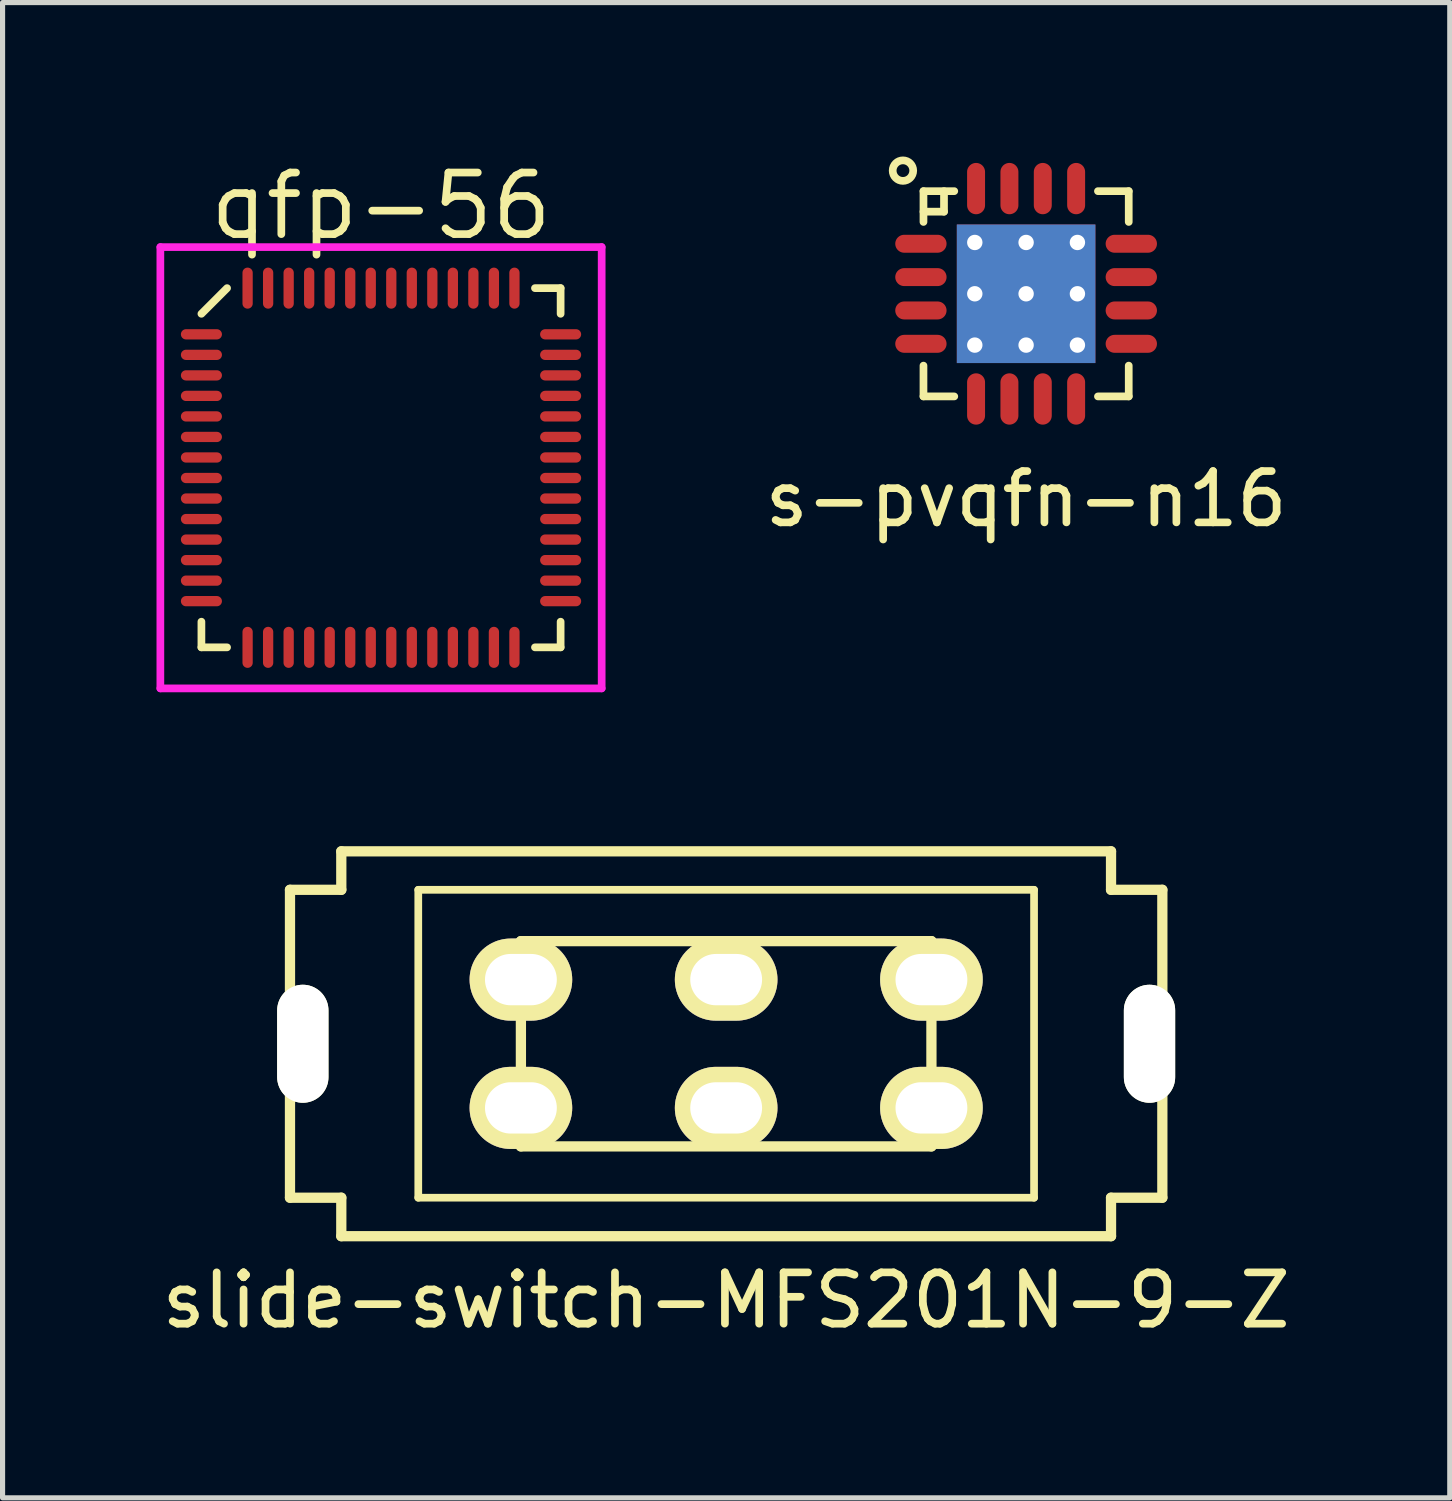
<source format=kicad_pcb>
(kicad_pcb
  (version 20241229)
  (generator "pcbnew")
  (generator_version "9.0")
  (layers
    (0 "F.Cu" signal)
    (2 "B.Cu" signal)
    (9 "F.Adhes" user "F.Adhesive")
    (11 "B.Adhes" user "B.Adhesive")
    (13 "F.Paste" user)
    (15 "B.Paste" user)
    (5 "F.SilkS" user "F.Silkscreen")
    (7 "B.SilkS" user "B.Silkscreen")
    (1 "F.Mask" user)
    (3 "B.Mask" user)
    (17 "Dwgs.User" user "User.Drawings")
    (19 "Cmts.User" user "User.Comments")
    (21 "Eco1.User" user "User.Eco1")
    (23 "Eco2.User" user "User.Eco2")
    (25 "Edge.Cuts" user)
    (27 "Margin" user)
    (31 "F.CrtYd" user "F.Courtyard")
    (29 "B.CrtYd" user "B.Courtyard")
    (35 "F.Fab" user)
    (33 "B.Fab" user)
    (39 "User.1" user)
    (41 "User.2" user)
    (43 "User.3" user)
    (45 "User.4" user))
  (footprint "slide-switch-MFS201N-9-Z"
    (layer "F.Cu")
    (at 11.101 17.29)
    (property "Reference" "slide-switch-MFS201N-9-Z" (at 0 5 0) (layer "F.SilkS") (effects (font (size 1 1) (thickness 0.15))))
    (attr through_hole)
    (fp_line (start -8.5 -3) (end -7.5 -3) (stroke (width 0.2) (type solid)) (layer "F.SilkS"))
    (fp_line (start -8.5 3) (end -8.5 -3) (stroke (width 0.2) (type solid)) (layer "F.SilkS"))
    (fp_line (start -8.5 3) (end -7.5 3) (stroke (width 0.2) (type solid)) (layer "F.SilkS"))
    (fp_line (start -7.5 -3) (end -7.5 -3.75) (stroke (width 0.2) (type solid)) (layer "F.SilkS"))
    (fp_line (start -7.5 3) (end -7.5 3.75) (stroke (width 0.2) (type solid)) (layer "F.SilkS"))
    (fp_line (start -6 -3) (end -6 3) (stroke (width 0.15) (type solid)) (layer "F.SilkS"))
    (fp_line (start -6 3) (end 6 3) (stroke (width 0.15) (type solid)) (layer "F.SilkS"))
    (fp_line (start -4 -2) (end 4 -2) (stroke (width 0.2) (type solid)) (layer "F.SilkS"))
    (fp_line (start -4 2) (end -4 -2) (stroke (width 0.2) (type solid)) (layer "F.SilkS"))
    (fp_line (start 4 -2) (end 4 2) (stroke (width 0.2) (type solid)) (layer "F.SilkS"))
    (fp_line (start 4 2) (end -4 2) (stroke (width 0.2) (type solid)) (layer "F.SilkS"))
    (fp_line (start 6 -3) (end -6 -3) (stroke (width 0.15) (type solid)) (layer "F.SilkS"))
    (fp_line (start 6 3) (end 6 -3) (stroke (width 0.15) (type solid)) (layer "F.SilkS"))
    (fp_line (start 7.5 -3.75) (end -7.5 -3.75) (stroke (width 0.2) (type solid)) (layer "F.SilkS"))
    (fp_line (start 7.5 -3.75) (end 7.5 -3) (stroke (width 0.2) (type solid)) (layer "F.SilkS"))
    (fp_line (start 7.5 -3) (end 8.5 -3) (stroke (width 0.2) (type solid)) (layer "F.SilkS"))
    (fp_line (start 7.5 3) (end 7.5 3.75) (stroke (width 0.2) (type solid)) (layer "F.SilkS"))
    (fp_line (start 7.5 3.75) (end -7.5 3.75) (stroke (width 0.2) (type solid)) (layer "F.SilkS"))
    (fp_line (start 8.5 -3) (end 8.5 3) (stroke (width 0.2) (type solid)) (layer "F.SilkS"))
    (fp_line (start 8.5 3) (end 7.5 3) (stroke (width 0.2) (type solid)) (layer "F.SilkS"))
    (pad "" np_thru_hole oval (at -8.25 0) (size 1 2.3) (drill oval 1 2.3) (layers "*.Cu" "*.Mask" "F.SilkS"))
    (pad "" np_thru_hole oval (at 8.25 0) (size 1 2.3) (drill oval 1 2.3) (layers "*.Cu" "*.Mask" "F.SilkS"))
    (pad "1" thru_hole oval (at -4 -1.25) (size 2 1.6) (drill oval 1.4 1) (layers "*.Cu" "*.Mask" "F.SilkS"))
    (pad "1" thru_hole oval (at -4 1.25) (size 2 1.6) (drill oval 1.4 1) (layers "*.Cu" "*.Mask" "F.SilkS"))
    (pad "2" thru_hole oval (at 0 -1.25) (size 2 1.6) (drill oval 1.4 1) (layers "*.Cu" "*.Mask" "F.SilkS"))
    (pad "2" thru_hole oval (at 0 1.25) (size 2 1.6) (drill oval 1.4 1) (layers "*.Cu" "*.Mask" "F.SilkS"))
    (pad "3" thru_hole oval (at 4 -1.25) (size 2 1.6) (drill oval 1.4 1) (layers "*.Cu" "*.Mask" "F.SilkS"))
    (pad "3" thru_hole oval (at 4 1.25) (size 2 1.6) (drill oval 1.4 1) (layers "*.Cu" "*.Mask" "F.SilkS")))
  (footprint "s-pvqfn-n16"
    (layer "F.Cu")
    (at 16.946 2.675)
    (property "Reference" "s-pvqfn-n16" (at 0 4 0) (layer "F.SilkS") (effects (font (size 1 1) (thickness 0.15))))
    (attr through_hole)
    (fp_line (start -2 -2) (end -2 -1.4) (stroke (width 0.15) (type solid)) (layer "F.SilkS"))
    (fp_line (start -2 2) (end -2 1.4) (stroke (width 0.15) (type solid)) (layer "F.SilkS"))
    (fp_line (start -1.6 -2) (end -1.6 -1.6) (stroke (width 0.15) (type solid)) (layer "F.SilkS"))
    (fp_line (start -1.6 -1.6) (end -2 -1.6) (stroke (width 0.15) (type solid)) (layer "F.SilkS"))
    (fp_line (start -1.4 -2) (end -2 -2) (stroke (width 0.15) (type solid)) (layer "F.SilkS"))
    (fp_line (start -1.4 2) (end -2 2) (stroke (width 0.15) (type solid)) (layer "F.SilkS"))
    (fp_line (start 2 -2) (end 1.4 -2) (stroke (width 0.15) (type solid)) (layer "F.SilkS"))
    (fp_line (start 2 -2) (end 2 -1.4) (stroke (width 0.15) (type solid)) (layer "F.SilkS"))
    (fp_line (start 2 1.4) (end 2 2) (stroke (width 0.15) (type solid)) (layer "F.SilkS"))
    (fp_line (start 2 2) (end 1.4 2) (stroke (width 0.15) (type solid)) (layer "F.SilkS"))
    (fp_circle (center -2.4 -2.4) (end -2.4 -2.2) (stroke (width 0.15) (type solid)) (fill no) (layer "F.SilkS"))
    (pad "1" smd oval (at -2.05 -0.975 270) (size 0.35 1) (layers "F.Cu" "F.Mask" "F.Paste"))
    (pad "2" smd oval (at -2.05 -0.325 270) (size 0.35 1) (layers "F.Cu" "F.Mask" "F.Paste"))
    (pad "3" smd oval (at -2.05 0.325 270) (size 0.35 1) (layers "F.Cu" "F.Mask" "F.Paste"))
    (pad "4" smd oval (at -2.05 0.975 270) (size 0.35 1) (layers "F.Cu" "F.Mask" "F.Paste"))
    (pad "5" smd oval (at -0.975 2.05) (size 0.35 1) (layers "F.Cu" "F.Mask" "F.Paste"))
    (pad "6" smd oval (at -0.325 2.05) (size 0.35 1) (layers "F.Cu" "F.Mask" "F.Paste"))
    (pad "7" smd oval (at 0.325 2.05) (size 0.35 1) (layers "F.Cu" "F.Mask" "F.Paste"))
    (pad "8" smd oval (at 0.975 2.05) (size 0.35 1) (layers "F.Cu" "F.Mask" "F.Paste"))
    (pad "9" smd oval (at 2.05 0.975 270) (size 0.35 1) (layers "F.Cu" "F.Mask" "F.Paste"))
    (pad "10" smd oval (at 2.05 0.325 270) (size 0.35 1) (layers "F.Cu" "F.Mask" "F.Paste"))
    (pad "11" smd oval (at 2.05 -0.325 270) (size 0.35 1) (layers "F.Cu" "F.Mask" "F.Paste"))
    (pad "12" smd oval (at 2.05 -0.975 270) (size 0.35 1) (layers "F.Cu" "F.Mask" "F.Paste"))
    (pad "13" smd oval (at 0.975 -2.05) (size 0.35 1) (layers "F.Cu" "F.Mask" "F.Paste"))
    (pad "14" smd oval (at 0.325 -2.05) (size 0.35 1) (layers "F.Cu" "F.Mask" "F.Paste"))
    (pad "15" smd oval (at -0.325 -2.05) (size 0.35 1) (layers "F.Cu" "F.Mask" "F.Paste"))
    (pad "16" smd oval (at -0.975 -2.05) (size 0.35 1) (layers "F.Cu" "F.Mask" "F.Paste"))
    (pad "17" thru_hole rect (at -1 -1) (size 0.5 0.5) (drill 0.3) (layers "*.Cu"))
    (pad "17" thru_hole rect (at -1 0) (size 0.5 0.5) (drill 0.3) (layers "*.Cu"))
    (pad "17" thru_hole rect (at -1 1) (size 0.5 0.5) (drill 0.3) (layers "*.Cu"))
    (pad "17" thru_hole rect (at 0 -1) (size 0.5 0.5) (drill 0.3) (layers "*.Cu"))
    (pad "17" thru_hole rect (at 0 0) (size 0.5 0.5) (drill 0.3) (layers "*.Cu"))
    (pad "17" smd rect (at 0 0) (size 2.7 2.7) (layers "*.Cu" "F.Mask" "F.Paste"))
    (pad "17" thru_hole rect (at 0 1) (size 0.5 0.5) (drill 0.3) (layers "*.Cu"))
    (pad "17" thru_hole rect (at 1 -1) (size 0.5 0.5) (drill 0.3) (layers "*.Cu"))
    (pad "17" thru_hole rect (at 1 0) (size 0.5 0.5) (drill 0.3) (layers "*.Cu"))
    (pad "17" thru_hole rect (at 1 1) (size 0.5 0.5) (drill 0.3) (layers "*.Cu")))
  (footprint "qfp-56"
    (layer "F.Cu")
    (at 4.375 6.065)
    (property "Reference" "qfp-56" (at 0 -5.1 0) (layer "F.SilkS") (effects (font (size 1.2 1.2) (thickness 0.15))))
    (attr through_hole)
    (fp_line (start -3.5 -3) (end -3 -3.5) (stroke (width 0.15) (type solid)) (layer "F.SilkS"))
    (fp_line (start -3.5 3.5) (end -3.5 3) (stroke (width 0.15) (type solid)) (layer "F.SilkS"))
    (fp_line (start -3 3.5) (end -3.5 3.5) (stroke (width 0.15) (type solid)) (layer "F.SilkS"))
    (fp_line (start 3 -3.5) (end 3.5 -3.5) (stroke (width 0.15) (type solid)) (layer "F.SilkS"))
    (fp_line (start 3 3.5) (end 3.5 3.5) (stroke (width 0.15) (type solid)) (layer "F.SilkS"))
    (fp_line (start 3.5 -3.5) (end 3.5 -3) (stroke (width 0.15) (type solid)) (layer "F.SilkS"))
    (fp_line (start 3.5 3.5) (end 3.5 3) (stroke (width 0.15) (type solid)) (layer "F.SilkS"))
    (fp_line (start -4.3 -4.3) (end 4.3 -4.3) (stroke (width 0.15) (type solid)) (layer "F.CrtYd"))
    (fp_line (start -4.3 4.3) (end -4.3 -4.3) (stroke (width 0.15) (type solid)) (layer "F.CrtYd"))
    (fp_line (start 4.3 -4.3) (end 4.3 4.3) (stroke (width 0.15) (type solid)) (layer "F.CrtYd"))
    (fp_line (start 4.3 4.3) (end -4.3 4.3) (stroke (width 0.15) (type solid)) (layer "F.CrtYd"))
    (pad "1" smd oval (at -3.5 -2.6 90) (size 0.2 0.8) (layers "F.Cu" "F.Mask" "F.Paste"))
    (pad "2" smd oval (at -3.5 -2.2 90) (size 0.2 0.8) (layers "F.Cu" "F.Mask" "F.Paste"))
    (pad "3" smd oval (at -3.5 -1.8 90) (size 0.2 0.8) (layers "F.Cu" "F.Mask" "F.Paste"))
    (pad "4" smd oval (at -3.5 -1.4 90) (size 0.2 0.8) (layers "F.Cu" "F.Mask" "F.Paste"))
    (pad "5" smd oval (at -3.5 -1 90) (size 0.2 0.8) (layers "F.Cu" "F.Mask" "F.Paste"))
    (pad "6" smd oval (at -3.5 -0.6 90) (size 0.2 0.8) (layers "F.Cu" "F.Mask" "F.Paste"))
    (pad "7" smd oval (at -3.5 -0.2 90) (size 0.2 0.8) (layers "F.Cu" "F.Mask" "F.Paste"))
    (pad "8" smd oval (at -3.5 0.2 90) (size 0.2 0.8) (layers "F.Cu" "F.Mask" "F.Paste"))
    (pad "9" smd oval (at -3.5 0.6 90) (size 0.2 0.8) (layers "F.Cu" "F.Mask" "F.Paste"))
    (pad "10" smd oval (at -3.5 1 90) (size 0.2 0.8) (layers "F.Cu" "F.Mask" "F.Paste"))
    (pad "11" smd oval (at -3.5 1.4 90) (size 0.2 0.8) (layers "F.Cu" "F.Mask" "F.Paste"))
    (pad "12" smd oval (at -3.5 1.8 90) (size 0.2 0.8) (layers "F.Cu" "F.Mask" "F.Paste"))
    (pad "13" smd oval (at -3.5 2.2 90) (size 0.2 0.8) (layers "F.Cu" "F.Mask" "F.Paste"))
    (pad "14" smd oval (at -3.5 2.6 90) (size 0.2 0.8) (layers "F.Cu" "F.Mask" "F.Paste"))
    (pad "15" smd oval (at -2.6 3.5) (size 0.2 0.8) (layers "F.Cu" "F.Mask" "F.Paste"))
    (pad "16" smd oval (at -2.2 3.5) (size 0.2 0.8) (layers "F.Cu" "F.Mask" "F.Paste"))
    (pad "17" smd oval (at -1.8 3.5) (size 0.2 0.8) (layers "F.Cu" "F.Mask" "F.Paste"))
    (pad "18" smd oval (at -1.4 3.5) (size 0.2 0.8) (layers "F.Cu" "F.Mask" "F.Paste"))
    (pad "19" smd oval (at -1 3.5) (size 0.2 0.8) (layers "F.Cu" "F.Mask" "F.Paste"))
    (pad "20" smd oval (at -0.6 3.5) (size 0.2 0.8) (layers "F.Cu" "F.Mask" "F.Paste"))
    (pad "21" smd oval (at -0.2 3.5) (size 0.2 0.8) (layers "F.Cu" "F.Mask" "F.Paste"))
    (pad "22" smd oval (at 0.2 3.5) (size 0.2 0.8) (layers "F.Cu" "F.Mask" "F.Paste"))
    (pad "23" smd oval (at 0.6 3.5) (size 0.2 0.8) (layers "F.Cu" "F.Mask" "F.Paste"))
    (pad "24" smd oval (at 1 3.5) (size 0.2 0.8) (layers "F.Cu" "F.Mask" "F.Paste"))
    (pad "25" smd oval (at 1.4 3.5) (size 0.2 0.8) (layers "F.Cu" "F.Mask" "F.Paste"))
    (pad "26" smd oval (at 1.8 3.5) (size 0.2 0.8) (layers "F.Cu" "F.Mask" "F.Paste"))
    (pad "27" smd oval (at 2.2 3.5) (size 0.2 0.8) (layers "F.Cu" "F.Mask" "F.Paste"))
    (pad "28" smd oval (at 2.6 3.5) (size 0.2 0.8) (layers "F.Cu" "F.Mask" "F.Paste"))
    (pad "29" smd oval (at 3.5 2.6 90) (size 0.2 0.8) (layers "F.Cu" "F.Mask" "F.Paste"))
    (pad "30" smd oval (at 3.5 2.2 90) (size 0.2 0.8) (layers "F.Cu" "F.Mask" "F.Paste"))
    (pad "31" smd oval (at 3.5 1.8 90) (size 0.2 0.8) (layers "F.Cu" "F.Mask" "F.Paste"))
    (pad "32" smd oval (at 3.5 1.4 90) (size 0.2 0.8) (layers "F.Cu" "F.Mask" "F.Paste"))
    (pad "33" smd oval (at 3.5 1 90) (size 0.2 0.8) (layers "F.Cu" "F.Mask" "F.Paste"))
    (pad "34" smd oval (at 3.5 0.6 90) (size 0.2 0.8) (layers "F.Cu" "F.Mask" "F.Paste"))
    (pad "35" smd oval (at 3.5 0.2 90) (size 0.2 0.8) (layers "F.Cu" "F.Mask" "F.Paste"))
    (pad "36" smd oval (at 3.5 -0.2 90) (size 0.2 0.8) (layers "F.Cu" "F.Mask" "F.Paste"))
    (pad "37" smd oval (at 3.5 -0.6 90) (size 0.2 0.8) (layers "F.Cu" "F.Mask" "F.Paste"))
    (pad "38" smd oval (at 3.5 -1 90) (size 0.2 0.8) (layers "F.Cu" "F.Mask" "F.Paste"))
    (pad "39" smd oval (at 3.5 -1.4 90) (size 0.2 0.8) (layers "F.Cu" "F.Mask" "F.Paste"))
    (pad "40" smd oval (at 3.5 -1.8 90) (size 0.2 0.8) (layers "F.Cu" "F.Mask" "F.Paste"))
    (pad "41" smd oval (at 3.5 -2.2 90) (size 0.2 0.8) (layers "F.Cu" "F.Mask" "F.Paste"))
    (pad "42" smd oval (at 3.5 -2.6 90) (size 0.2 0.8) (layers "F.Cu" "F.Mask" "F.Paste"))
    (pad "43" smd oval (at 2.6 -3.5) (size 0.2 0.8) (layers "F.Cu" "F.Mask" "F.Paste"))
    (pad "44" smd oval (at 2.2 -3.5) (size 0.2 0.8) (layers "F.Cu" "F.Mask" "F.Paste"))
    (pad "45" smd oval (at 1.8 -3.5) (size 0.2 0.8) (layers "F.Cu" "F.Mask" "F.Paste"))
    (pad "46" smd oval (at 1.4 -3.5) (size 0.2 0.8) (layers "F.Cu" "F.Mask" "F.Paste"))
    (pad "47" smd oval (at 1 -3.5) (size 0.2 0.8) (layers "F.Cu" "F.Mask" "F.Paste"))
    (pad "48" smd oval (at 0.6 -3.5) (size 0.2 0.8) (layers "F.Cu" "F.Mask" "F.Paste"))
    (pad "49" smd oval (at 0.2 -3.5) (size 0.2 0.8) (layers "F.Cu" "F.Mask" "F.Paste"))
    (pad "50" smd oval (at -0.2 -3.5) (size 0.2 0.8) (layers "F.Cu" "F.Mask" "F.Paste"))
    (pad "51" smd oval (at -0.6 -3.5) (size 0.2 0.8) (layers "F.Cu" "F.Mask" "F.Paste"))
    (pad "52" smd oval (at -1 -3.5) (size 0.2 0.8) (layers "F.Cu" "F.Mask" "F.Paste"))
    (pad "53" smd oval (at -1.4 -3.5) (size 0.2 0.8) (layers "F.Cu" "F.Mask" "F.Paste"))
    (pad "54" smd oval (at -1.8 -3.5) (size 0.2 0.8) (layers "F.Cu" "F.Mask" "F.Paste"))
    (pad "55" smd oval (at -2.2 -3.5) (size 0.2 0.8) (layers "F.Cu" "F.Mask" "F.Paste"))
    (pad "56" smd oval (at -2.6 -3.5) (size 0.2 0.8) (layers "F.Cu" "F.Mask" "F.Paste")))
  (gr_rect
    (start -3 -3)
    (end 25.202 26.139)
    (stroke (width 0.1) (type default))
    (fill no)
    (layer "Edge.Cuts")))
</source>
